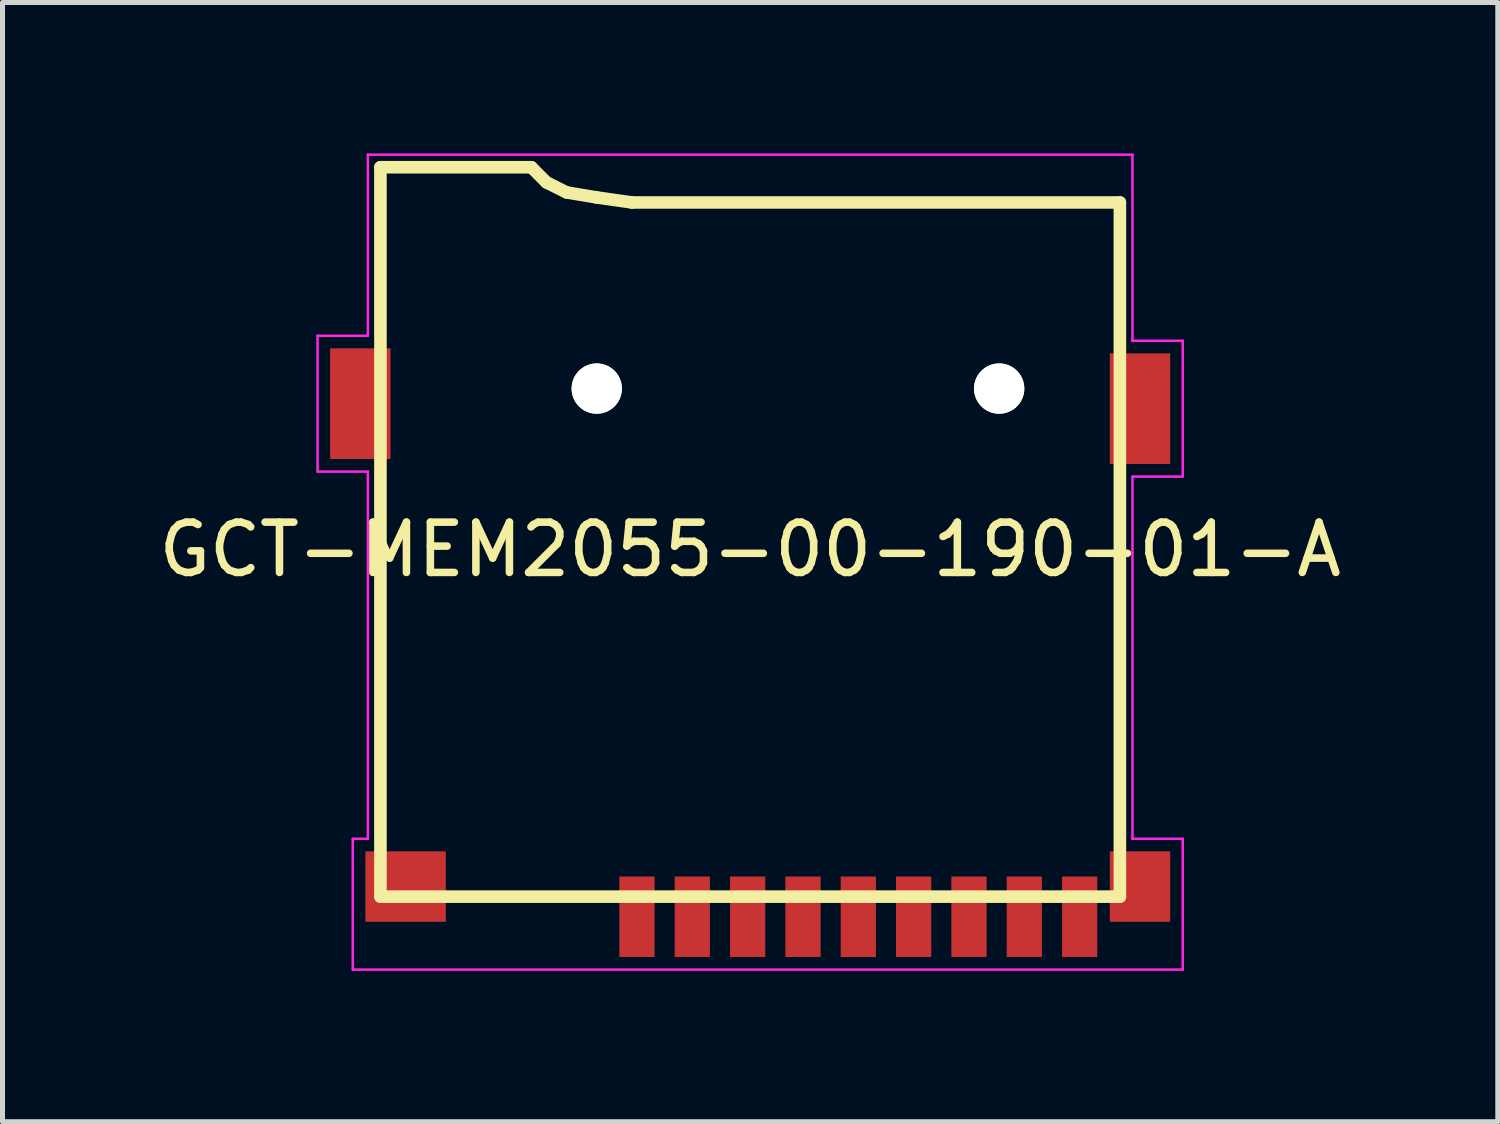
<source format=kicad_pcb>
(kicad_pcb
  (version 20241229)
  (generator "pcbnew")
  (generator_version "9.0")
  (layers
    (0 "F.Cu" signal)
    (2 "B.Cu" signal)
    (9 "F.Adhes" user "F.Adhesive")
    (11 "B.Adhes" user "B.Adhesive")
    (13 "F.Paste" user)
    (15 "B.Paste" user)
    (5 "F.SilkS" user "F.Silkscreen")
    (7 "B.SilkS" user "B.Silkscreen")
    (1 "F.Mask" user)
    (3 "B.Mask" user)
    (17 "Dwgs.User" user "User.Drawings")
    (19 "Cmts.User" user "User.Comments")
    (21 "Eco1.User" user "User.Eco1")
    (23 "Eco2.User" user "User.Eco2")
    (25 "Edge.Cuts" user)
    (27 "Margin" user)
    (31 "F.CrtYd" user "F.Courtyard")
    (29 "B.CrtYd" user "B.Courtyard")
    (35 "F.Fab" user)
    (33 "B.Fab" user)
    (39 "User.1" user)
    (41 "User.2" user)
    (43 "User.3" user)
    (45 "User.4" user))
  (footprint "GCT-MEM2055-00-190-01-A"
    (layer "F.Cu")
    (at 11.863 15.975)
    (property "Reference" "GCT-MEM2055-00-190-01-A" (at 0 -8.1 0) (layer "F.SilkS") (effects (font (size 1 1) (thickness 0.15))))
    (attr through_hole)
    (fp_line (start -7.35 -15.7) (end -7.35 -1.2) (stroke (width 0.25) (type solid)) (layer "F.SilkS"))
    (fp_line (start -4.35 -15.7) (end -7.35 -15.7) (stroke (width 0.25) (type solid)) (layer "F.SilkS"))
    (fp_line (start -4.05 -15.4) (end -4.35 -15.7) (stroke (width 0.25) (type solid)) (layer "F.SilkS"))
    (fp_line (start -3.65 -15.2) (end -4.05 -15.4) (stroke (width 0.25) (type solid)) (layer "F.SilkS"))
    (fp_line (start -3.05 -15.1) (end -3.65 -15.2) (stroke (width 0.25) (type solid)) (layer "F.SilkS"))
    (fp_line (start -2.35 -15) (end -3.05 -15.1) (stroke (width 0.25) (type solid)) (layer "F.SilkS"))
    (fp_line (start 7.35 -15) (end -2.35 -15) (stroke (width 0.25) (type solid)) (layer "F.SilkS"))
    (fp_line (start 7.35 -1.2) (end -7.35 -1.2) (stroke (width 0.25) (type solid)) (layer "F.SilkS"))
    (fp_line (start 7.35 -1.2) (end 7.35 -15) (stroke (width 0.25) (type solid)) (layer "F.SilkS"))
    (fp_line (start -8.6 -12.35) (end -8.6 -9.65) (stroke (width 0.05) (type solid)) (layer "F.CrtYd"))
    (fp_line (start -8.6 -12.35) (end -7.6 -12.35) (stroke (width 0.05) (type solid)) (layer "F.CrtYd"))
    (fp_line (start -8.6 -9.65) (end -7.6 -9.65) (stroke (width 0.05) (type solid)) (layer "F.CrtYd"))
    (fp_line (start -7.9 -2.35) (end -7.9 0.25) (stroke (width 0.05) (type solid)) (layer "F.CrtYd"))
    (fp_line (start -7.9 0.25) (end 8.6 0.25) (stroke (width 0.05) (type solid)) (layer "F.CrtYd"))
    (fp_line (start -7.6 -15.95) (end 7.6 -15.95) (stroke (width 0.05) (type solid)) (layer "F.CrtYd"))
    (fp_line (start -7.6 -12.35) (end -7.6 -15.95) (stroke (width 0.05) (type solid)) (layer "F.CrtYd"))
    (fp_line (start -7.6 -9.65) (end -7.6 -2.35) (stroke (width 0.05) (type solid)) (layer "F.CrtYd"))
    (fp_line (start -7.6 -2.35) (end -7.9 -2.35) (stroke (width 0.05) (type solid)) (layer "F.CrtYd"))
    (fp_line (start 7.6 -15.95) (end 7.6 -12.25) (stroke (width 0.05) (type solid)) (layer "F.CrtYd"))
    (fp_line (start 7.6 -12.25) (end 8.6 -12.25) (stroke (width 0.05) (type solid)) (layer "F.CrtYd"))
    (fp_line (start 7.6 -9.55) (end 7.6 -2.35) (stroke (width 0.05) (type solid)) (layer "F.CrtYd"))
    (fp_line (start 7.6 -9.55) (end 8.6 -9.55) (stroke (width 0.05) (type solid)) (layer "F.CrtYd"))
    (fp_line (start 7.6 -2.35) (end 8.6 -2.35) (stroke (width 0.05) (type solid)) (layer "F.CrtYd"))
    (fp_line (start 8.6 -12.25) (end 8.6 -9.55) (stroke (width 0.05) (type solid)) (layer "F.CrtYd"))
    (fp_line (start 8.6 -2.35) (end 8.6 0.25) (stroke (width 0.05) (type solid)) (layer "F.CrtYd"))
    (pad "" smd rect (at -6.85 -1.4) (size 1.6 1.4) (layers "F.Cu" "F.Mask" "F.Paste"))
    (pad "" np_thru_hole circle (at -3.05 -11.3 180) (size 1 1) (drill 1) (layers "*.Cu" "*.Mask" "F.SilkS"))
    (pad "" np_thru_hole circle (at 4.95 -11.3 180) (size 1 1) (drill 1) (layers "*.Cu" "*.Mask" "F.SilkS"))
    (pad "" smd rect (at 7.75 -10.9 180) (size 1.2 2.2) (layers "F.Cu" "F.Mask" "F.Paste"))
    (pad "1" smd rect (at -2.25 -0.8) (size 0.7 1.6) (layers "F.Cu" "F.Mask" "F.Paste"))
    (pad "2" smd rect (at -1.15 -0.8) (size 0.7 1.6) (layers "F.Cu" "F.Mask" "F.Paste"))
    (pad "3" smd rect (at -0.05 -0.8) (size 0.7 1.6) (layers "F.Cu" "F.Mask" "F.Paste"))
    (pad "4" smd rect (at 1.05 -0.8) (size 0.7 1.6) (layers "F.Cu" "F.Mask" "F.Paste"))
    (pad "5" smd rect (at 2.15 -0.8) (size 0.7 1.6) (layers "F.Cu" "F.Mask" "F.Paste"))
    (pad "6" smd rect (at 3.25 -0.8) (size 0.7 1.6) (layers "F.Cu" "F.Mask" "F.Paste"))
    (pad "7" smd rect (at 4.35 -0.8) (size 0.7 1.6) (layers "F.Cu" "F.Mask" "F.Paste"))
    (pad "8" smd rect (at 5.45 -0.8) (size 0.7 1.6) (layers "F.Cu" "F.Mask" "F.Paste"))
    (pad "9" smd rect (at 6.55 -0.8) (size 0.7 1.6) (layers "F.Cu" "F.Mask" "F.Paste"))
    (pad "10" smd rect (at 7.75 -1.4) (size 1.2 1.4) (layers "F.Cu" "F.Mask" "F.Paste"))
    (pad "~" smd rect (at -7.75 -11 180) (size 1.2 2.2) (layers "F.Cu" "F.Mask" "F.Paste")))
  (gr_rect
    (start -3 -3)
    (end 26.726 19.25)
    (stroke (width 0.1) (type default))
    (fill no)
    (layer "Edge.Cuts")))
</source>
